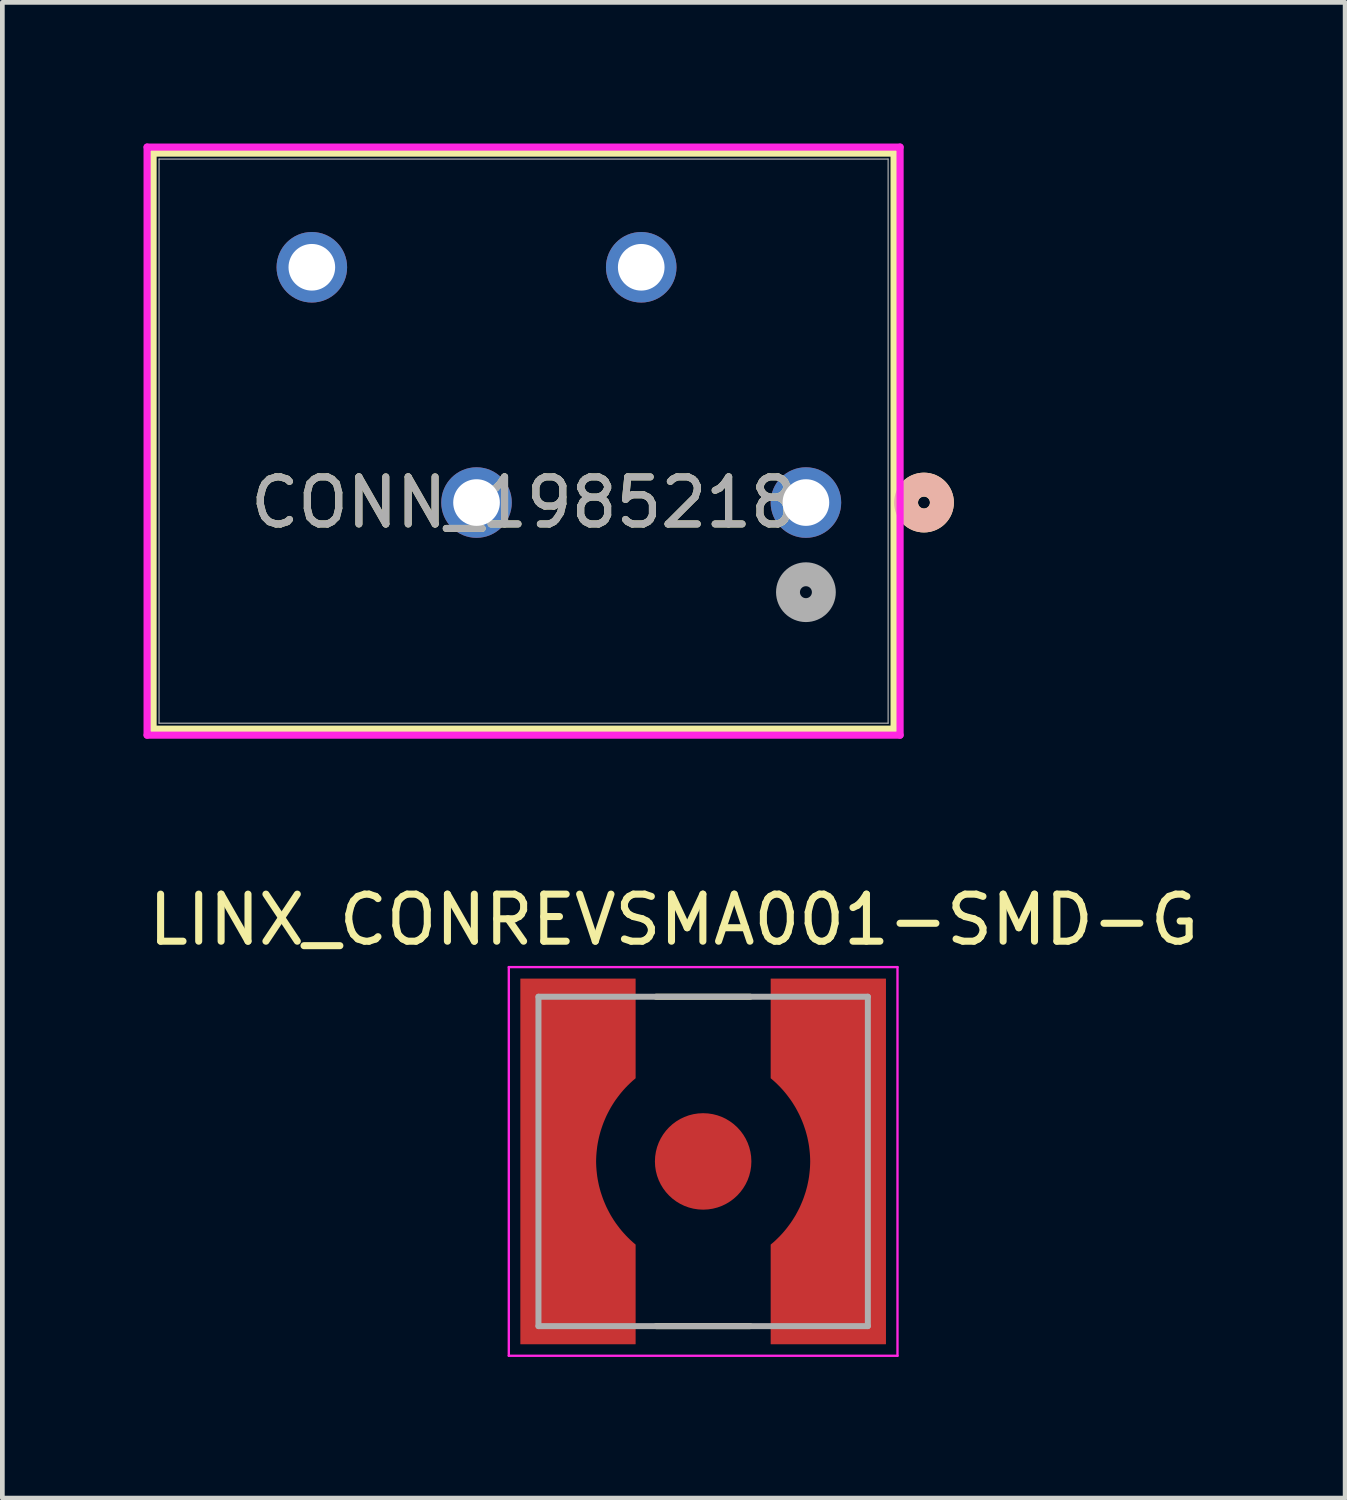
<source format=kicad_pcb>
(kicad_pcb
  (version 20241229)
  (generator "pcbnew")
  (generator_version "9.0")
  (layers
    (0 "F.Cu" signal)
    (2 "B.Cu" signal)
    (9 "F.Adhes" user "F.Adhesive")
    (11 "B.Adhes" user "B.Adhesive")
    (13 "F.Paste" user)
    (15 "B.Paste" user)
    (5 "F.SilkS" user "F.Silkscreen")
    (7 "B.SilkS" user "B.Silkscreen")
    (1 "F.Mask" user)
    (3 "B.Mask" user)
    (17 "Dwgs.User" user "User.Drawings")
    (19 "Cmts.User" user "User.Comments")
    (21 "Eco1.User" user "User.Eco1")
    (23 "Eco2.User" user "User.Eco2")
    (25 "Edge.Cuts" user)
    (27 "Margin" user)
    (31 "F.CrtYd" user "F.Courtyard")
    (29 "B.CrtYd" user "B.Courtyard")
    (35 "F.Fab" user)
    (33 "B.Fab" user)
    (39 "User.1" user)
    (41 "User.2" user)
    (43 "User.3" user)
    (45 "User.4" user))
  (footprint "LINX_CONREVSMA001-SMD-G"
    (layer "F.Cu")
    (at 11.893 21.632)
    (property "Reference" "LINX_CONREVSMA001-SMD-G" (at -0.625 -5.135 0) (layer "F.SilkS") (effects (font (size 1 1) (thickness 0.15))))
    (attr smd)
    (fp_poly (pts (xy -1.34 -3.98) (xy -3.98 -3.98) (xy -3.98 3.98) (xy -1.34 3.98) (xy -1.34 1.72) (xy -1.381 1.687) (xy -1.43 1.645) (xy -1.478 1.602) (xy -1.524 1.557) (xy -1.569 1.511) (xy -1.613 1.464) (xy -1.655 1.416) (xy -1.696 1.366) (xy -1.736 1.315) (xy -1.774 1.263) (xy -1.81 1.21) (xy -1.845 1.156) (xy -1.878 1.101) (xy -1.91 1.045) (xy -1.94 0.988) (xy -1.968 0.931) (xy -1.995 0.872) (xy -2.02 0.813) (xy -2.043 0.753) (xy -2.065 0.692) (xy -2.084 0.631) (xy -2.102 0.569) (xy -2.118 0.507) (xy -2.133 0.444) (xy -2.145 0.381) (xy -2.156 0.318) (xy -2.164 0.254) (xy -2.171 0.19) (xy -2.176 0.126) (xy -2.18 0.05) (xy -2.179 -0.028) (xy -2.176 -0.097) (xy -2.171 -0.166) (xy -2.164 -0.235) (xy -2.155 -0.303) (xy -2.144 -0.371) (xy -2.131 -0.439) (xy -2.116 -0.506) (xy -2.099 -0.573) (xy -2.08 -0.639) (xy -2.06 -0.705) (xy -2.037 -0.77) (xy -2.012 -0.835) (xy -1.986 -0.899) (xy -1.958 -0.962) (xy -1.928 -1.024) (xy -1.896 -1.085) (xy -1.862 -1.145) (xy -1.827 -1.204) (xy -1.79 -1.262) (xy -1.751 -1.32) (xy -1.711 -1.375) (xy -1.669 -1.43) (xy -1.625 -1.484) (xy -1.58 -1.536) (xy -1.533 -1.587) (xy -1.485 -1.636) (xy -1.436 -1.684) (xy -1.385 -1.731) (xy -1.34 -1.77) (xy -1.34 -3.98)) (stroke (width 0.01) (type solid)) (fill yes) (layer "F.Mask"))
    (fp_poly (pts (xy 1.34 -3.98) (xy 3.98 -3.98) (xy 3.98 3.98) (xy 1.34 3.98) (xy 1.34 1.72) (xy 1.391 1.677) (xy 1.441 1.633) (xy 1.489 1.588) (xy 1.536 1.542) (xy 1.581 1.494) (xy 1.625 1.445) (xy 1.667 1.395) (xy 1.708 1.343) (xy 1.748 1.29) (xy 1.786 1.237) (xy 1.822 1.182) (xy 1.857 1.126) (xy 1.89 1.069) (xy 1.921 1.011) (xy 1.951 0.952) (xy 1.979 0.892) (xy 2.005 0.832) (xy 2.03 0.771) (xy 2.053 0.709) (xy 2.074 0.647) (xy 2.093 0.584) (xy 2.11 0.52) (xy 2.125 0.456) (xy 2.139 0.391) (xy 2.15 0.327) (xy 2.16 0.261) (xy 2.168 0.196) (xy 2.174 0.13) (xy 2.178 0.065) (xy 2.18 0) (xy 2.179 -0.052) (xy 2.176 -0.119) (xy 2.171 -0.186) (xy 2.164 -0.253) (xy 2.156 -0.32) (xy 2.145 -0.387) (xy 2.132 -0.453) (xy 2.118 -0.519) (xy 2.101 -0.584) (xy 2.083 -0.649) (xy 2.062 -0.713) (xy 2.04 -0.777) (xy 2.016 -0.84) (xy 1.99 -0.902) (xy 1.963 -0.964) (xy 1.933 -1.025) (xy 1.902 -1.084) (xy 1.87 -1.143) (xy 1.835 -1.201) (xy 1.799 -1.258) (xy 1.761 -1.314) (xy 1.721 -1.368) (xy 1.68 -1.422) (xy 1.638 -1.474) (xy 1.594 -1.525) (xy 1.548 -1.575) (xy 1.501 -1.623) (xy 1.453 -1.67) (xy 1.403 -1.716) (xy 1.34 -1.77) (xy 1.34 -3.98)) (stroke (width 0.01) (type solid)) (fill yes) (layer "F.Mask"))
    (fp_line (start -1 -3.5) (end 1 -3.5) (stroke (width 0.127) (type solid)) (layer "F.SilkS"))
    (fp_line (start -1 3.5) (end 1 3.5) (stroke (width 0.127) (type solid)) (layer "F.SilkS"))
    (fp_poly (pts (xy -1.44 -3.88) (xy -3.88 -3.88) (xy -3.88 3.88) (xy -1.44 3.88) (xy -1.44 1.77) (xy -1.503 1.716) (xy -1.553 1.67) (xy -1.601 1.623) (xy -1.648 1.575) (xy -1.694 1.525) (xy -1.738 1.474) (xy -1.78 1.422) (xy -1.821 1.368) (xy -1.861 1.314) (xy -1.899 1.258) (xy -1.935 1.201) (xy -1.97 1.143) (xy -2.002 1.084) (xy -2.033 1.025) (xy -2.063 0.964) (xy -2.09 0.902) (xy -2.116 0.84) (xy -2.14 0.777) (xy -2.162 0.713) (xy -2.183 0.649) (xy -2.201 0.584) (xy -2.218 0.519) (xy -2.232 0.453) (xy -2.245 0.387) (xy -2.256 0.32) (xy -2.264 0.253) (xy -2.271 0.186) (xy -2.276 0.119) (xy -2.279 0.052) (xy -2.28 0) (xy -2.279 -0.052) (xy -2.276 -0.119) (xy -2.271 -0.186) (xy -2.264 -0.253) (xy -2.256 -0.32) (xy -2.245 -0.387) (xy -2.232 -0.453) (xy -2.218 -0.519) (xy -2.201 -0.584) (xy -2.183 -0.649) (xy -2.162 -0.713) (xy -2.14 -0.777) (xy -2.116 -0.84) (xy -2.09 -0.902) (xy -2.063 -0.964) (xy -2.033 -1.025) (xy -2.002 -1.084) (xy -1.97 -1.143) (xy -1.935 -1.201) (xy -1.899 -1.258) (xy -1.861 -1.314) (xy -1.821 -1.368) (xy -1.78 -1.422) (xy -1.738 -1.474) (xy -1.694 -1.525) (xy -1.648 -1.575) (xy -1.601 -1.623) (xy -1.553 -1.67) (xy -1.503 -1.716) (xy -1.44 -1.77) (xy -1.44 -3.88)) (stroke (width 0.01) (type solid)) (fill yes) (layer "F.Paste"))
    (fp_poly (pts (xy 1.44 -3.88) (xy 3.88 -3.88) (xy 3.88 3.88) (xy 1.44 3.88) (xy 1.44 1.77) (xy 1.503 1.716) (xy 1.553 1.67) (xy 1.601 1.623) (xy 1.648 1.575) (xy 1.694 1.525) (xy 1.738 1.474) (xy 1.78 1.422) (xy 1.821 1.368) (xy 1.861 1.314) (xy 1.899 1.258) (xy 1.935 1.201) (xy 1.97 1.143) (xy 2.002 1.084) (xy 2.033 1.025) (xy 2.063 0.964) (xy 2.09 0.902) (xy 2.116 0.84) (xy 2.14 0.777) (xy 2.162 0.713) (xy 2.183 0.649) (xy 2.201 0.584) (xy 2.218 0.519) (xy 2.232 0.453) (xy 2.245 0.387) (xy 2.256 0.32) (xy 2.264 0.253) (xy 2.271 0.186) (xy 2.276 0.119) (xy 2.279 0.052) (xy 2.28 0) (xy 2.279 -0.052) (xy 2.276 -0.119) (xy 2.271 -0.186) (xy 2.264 -0.253) (xy 2.256 -0.32) (xy 2.245 -0.387) (xy 2.232 -0.453) (xy 2.218 -0.519) (xy 2.201 -0.584) (xy 2.183 -0.649) (xy 2.162 -0.713) (xy 2.14 -0.777) (xy 2.116 -0.84) (xy 2.09 -0.902) (xy 2.063 -0.964) (xy 2.033 -1.025) (xy 2.002 -1.084) (xy 1.97 -1.143) (xy 1.935 -1.201) (xy 1.899 -1.258) (xy 1.861 -1.314) (xy 1.821 -1.368) (xy 1.78 -1.422) (xy 1.738 -1.474) (xy 1.694 -1.525) (xy 1.648 -1.575) (xy 1.601 -1.623) (xy 1.553 -1.67) (xy 1.503 -1.716) (xy 1.44 -1.77) (xy 1.44 -3.88)) (stroke (width 0.01) (type solid)) (fill yes) (layer "F.Paste"))
    (fp_line (start -4.13 -4.13) (end 4.13 -4.13) (stroke (width 0.05) (type solid)) (layer "F.CrtYd"))
    (fp_line (start -4.13 4.13) (end -4.13 -4.13) (stroke (width 0.05) (type solid)) (layer "F.CrtYd"))
    (fp_line (start 4.13 -4.13) (end 4.13 4.13) (stroke (width 0.05) (type solid)) (layer "F.CrtYd"))
    (fp_line (start 4.13 4.13) (end -4.13 4.13) (stroke (width 0.05) (type solid)) (layer "F.CrtYd"))
    (fp_line (start -3.5 -3.5) (end 3.5 -3.5) (stroke (width 0.127) (type solid)) (layer "F.Fab"))
    (fp_line (start -3.5 3.5) (end -3.5 -3.5) (stroke (width 0.127) (type solid)) (layer "F.Fab"))
    (fp_line (start 3.5 -3.5) (end 3.5 3.5) (stroke (width 0.127) (type solid)) (layer "F.Fab"))
    (fp_line (start 3.5 3.5) (end -3.5 3.5) (stroke (width 0.127) (type solid)) (layer "F.Fab"))
    (pad "1" smd circle (at 0 0) (size 2.05 2.05) (layers "F.Cu" "F.Mask" "F.Paste"))
    (pad "2" smd custom (at -3.1 0) (size 1 1) (layers "F.Cu") (options (anchor rect)) (primitives (gr_poly (pts (xy 1.66 -3.88) (xy -0.78 -3.88) (xy -0.78 3.88) (xy 1.66 3.88) (xy 1.66 1.77) (xy 1.597 1.716) (xy 1.547 1.67) (xy 1.499 1.623) (xy 1.452 1.575) (xy 1.406 1.525) (xy 1.362 1.474) (xy 1.32 1.422) (xy 1.279 1.368) (xy 1.239 1.314) (xy 1.201 1.258) (xy 1.165 1.201) (xy 1.13 1.143) (xy 1.098 1.084) (xy 1.067 1.025) (xy 1.037 0.964) (xy 1.01 0.902) (xy 0.984 0.84) (xy 0.96 0.777) (xy 0.938 0.713) (xy 0.917 0.649) (xy 0.899 0.584) (xy 0.882 0.519) (xy 0.868 0.453) (xy 0.855 0.387) (xy 0.844 0.32) (xy 0.836 0.253) (xy 0.829 0.186) (xy 0.824 0.119) (xy 0.821 0.052) (xy 0.82 0) (xy 0.821 -0.052) (xy 0.824 -0.119) (xy 0.829 -0.186) (xy 0.836 -0.253) (xy 0.844 -0.32) (xy 0.855 -0.387) (xy 0.868 -0.453) (xy 0.882 -0.519) (xy 0.899 -0.584) (xy 0.917 -0.649) (xy 0.938 -0.713) (xy 0.96 -0.777) (xy 0.984 -0.84) (xy 1.01 -0.902) (xy 1.037 -0.964) (xy 1.067 -1.025) (xy 1.098 -1.084) (xy 1.13 -1.143) (xy 1.165 -1.201) (xy 1.201 -1.258) (xy 1.239 -1.314) (xy 1.279 -1.368) (xy 1.32 -1.422) (xy 1.362 -1.474) (xy 1.406 -1.525) (xy 1.452 -1.575) (xy 1.499 -1.623) (xy 1.547 -1.67) (xy 1.597 -1.716) (xy 1.66 -1.77) (xy 1.66 -3.88)) (width 0.01) (fill yes))))
    (pad "2" smd custom (at 3.1 0) (size 1 1) (layers "F.Cu") (options (anchor rect)) (primitives (gr_poly (pts (xy -1.66 -3.88) (xy 0.78 -3.88) (xy 0.78 3.88) (xy -1.66 3.88) (xy -1.66 1.77) (xy -1.597 1.716) (xy -1.547 1.67) (xy -1.499 1.623) (xy -1.452 1.575) (xy -1.406 1.525) (xy -1.362 1.474) (xy -1.32 1.422) (xy -1.279 1.368) (xy -1.239 1.314) (xy -1.201 1.258) (xy -1.165 1.201) (xy -1.13 1.143) (xy -1.098 1.084) (xy -1.067 1.025) (xy -1.037 0.964) (xy -1.01 0.902) (xy -0.984 0.84) (xy -0.96 0.777) (xy -0.938 0.713) (xy -0.917 0.649) (xy -0.899 0.584) (xy -0.882 0.519) (xy -0.868 0.453) (xy -0.855 0.387) (xy -0.844 0.32) (xy -0.836 0.253) (xy -0.829 0.186) (xy -0.824 0.119) (xy -0.821 0.052) (xy -0.82 0) (xy -0.821 -0.052) (xy -0.824 -0.119) (xy -0.829 -0.186) (xy -0.836 -0.253) (xy -0.844 -0.32) (xy -0.855 -0.387) (xy -0.868 -0.453) (xy -0.882 -0.519) (xy -0.899 -0.584) (xy -0.917 -0.649) (xy -0.938 -0.713) (xy -0.96 -0.777) (xy -0.984 -0.84) (xy -1.01 -0.902) (xy -1.037 -0.964) (xy -1.067 -1.025) (xy -1.098 -1.084) (xy -1.13 -1.143) (xy -1.165 -1.201) (xy -1.201 -1.258) (xy -1.239 -1.314) (xy -1.279 -1.368) (xy -1.32 -1.422) (xy -1.362 -1.474) (xy -1.406 -1.525) (xy -1.452 -1.575) (xy -1.499 -1.623) (xy -1.547 -1.67) (xy -1.597 -1.716) (xy -1.66 -1.77) (xy -1.66 -2.35) (xy -1.66 -3.88)) (width 0.01) (fill yes)))))
  (footprint "CONN_1985218"
    (layer "F.Cu")
    (at 14.077 7.63)
    (property "Reference" "CONN_1985218" (at -6 0 0) (unlocked yes) (layer "F.SilkS") (effects (font (size 1 1) (thickness 0.15))))
    (attr through_hole)
    (fp_line (start -13.874 -7.427) (end -13.874 4.816) (stroke (width 0.152) (type solid)) (layer "F.SilkS"))
    (fp_line (start -13.874 4.816) (end 1.874 4.816) (stroke (width 0.152) (type solid)) (layer "F.SilkS"))
    (fp_line (start 1.874 -7.427) (end -13.874 -7.427) (stroke (width 0.152) (type solid)) (layer "F.SilkS"))
    (fp_line (start 1.874 4.816) (end 1.874 -7.427) (stroke (width 0.152) (type solid)) (layer "F.SilkS"))
    (fp_circle (center 2.509 0) (end 2.89 0) (stroke (width 0.508) (type solid)) (fill no) (layer "F.SilkS"))
    (fp_circle (center 2.509 0) (end 2.89 0) (stroke (width 0.508) (type solid)) (fill no) (layer "B.SilkS"))
    (fp_line (start -14.001 -7.554) (end -14.001 4.943) (stroke (width 0.152) (type solid)) (layer "F.CrtYd"))
    (fp_line (start -14.001 4.943) (end 2.001 4.943) (stroke (width 0.152) (type solid)) (layer "F.CrtYd"))
    (fp_line (start 2.001 -7.554) (end -14.001 -7.554) (stroke (width 0.152) (type solid)) (layer "F.CrtYd"))
    (fp_line (start 2.001 4.943) (end 2.001 -7.554) (stroke (width 0.152) (type solid)) (layer "F.CrtYd"))
    (fp_line (start -13.747 -7.3) (end -13.747 4.689) (stroke (width 0.025) (type solid)) (layer "F.Fab"))
    (fp_line (start -13.747 4.689) (end 1.747 4.689) (stroke (width 0.025) (type solid)) (layer "F.Fab"))
    (fp_line (start 1.747 -7.3) (end -13.747 -7.3) (stroke (width 0.025) (type solid)) (layer "F.Fab"))
    (fp_line (start 1.747 4.689) (end 1.747 -7.3) (stroke (width 0.025) (type solid)) (layer "F.Fab"))
    (fp_circle (center 0 1.905) (end 0.381 1.905) (stroke (width 0.508) (type solid)) (fill no) (layer "F.Fab"))
    (fp_text user "${REFERENCE}" (at -6 0 0) (unlocked yes) (layer "F.Fab") (effects (font (size 1 1) (thickness 0.15))))
    (pad "1" thru_hole circle (at 0 0) (size 1.499 1.499) (drill 0.991) (layers "*.Cu" "*.Mask"))
    (pad "2" thru_hole circle (at -3.5 -5) (size 1.499 1.499) (drill 0.991) (layers "*.Cu" "*.Mask"))
    (pad "3" thru_hole circle (at -7 0) (size 1.499 1.499) (drill 0.991) (layers "*.Cu" "*.Mask"))
    (pad "4" thru_hole circle (at -10.5 -5) (size 1.499 1.499) (drill 0.991) (layers "*.Cu" "*.Mask")))
  (gr_rect
    (start -3 -3)
    (end 25.536 28.787)
    (stroke (width 0.1) (type default))
    (fill no)
    (layer "Edge.Cuts")))
</source>
